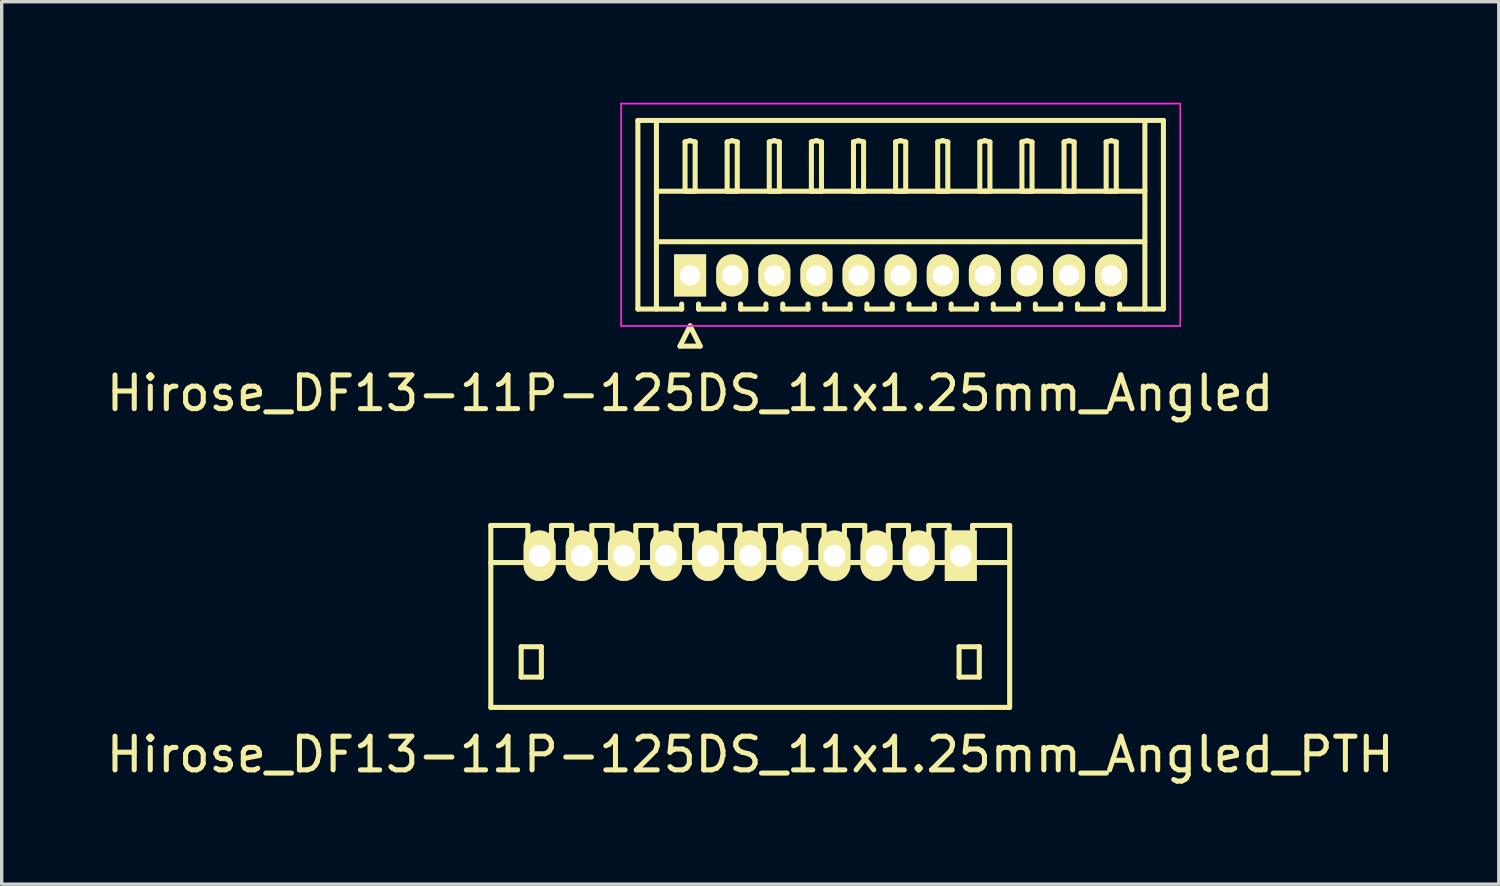
<source format=kicad_pcb>
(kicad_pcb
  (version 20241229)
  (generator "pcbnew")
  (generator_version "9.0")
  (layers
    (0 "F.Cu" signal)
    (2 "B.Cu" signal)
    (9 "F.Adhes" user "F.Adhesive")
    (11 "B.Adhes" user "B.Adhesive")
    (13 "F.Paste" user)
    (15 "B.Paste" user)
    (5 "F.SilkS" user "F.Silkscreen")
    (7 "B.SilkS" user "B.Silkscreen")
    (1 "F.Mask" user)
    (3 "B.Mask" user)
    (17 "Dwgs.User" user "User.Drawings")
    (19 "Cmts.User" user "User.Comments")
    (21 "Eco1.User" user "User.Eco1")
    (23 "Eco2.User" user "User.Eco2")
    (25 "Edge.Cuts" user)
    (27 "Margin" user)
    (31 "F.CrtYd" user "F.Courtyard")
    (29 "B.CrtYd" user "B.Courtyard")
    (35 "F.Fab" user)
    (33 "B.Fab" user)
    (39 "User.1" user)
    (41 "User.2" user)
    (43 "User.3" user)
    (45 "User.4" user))
  (footprint "Hirose_DF13-11P-125DS_11x1.25mm_Angled_PTH"
    (layer "F.Cu")
    (at 19.22 15.248)
    (property "Reference" "Hirose_DF13-11P-125DS_11x1.25mm_Angled_PTH" (at 0 4.1 0) (layer "F.SilkS") (effects (font (size 1 1) (thickness 0.15))))
    (attr through_hole)
    (fp_line (start -7.701 2.7) (end -7.701 -2.7) (stroke (width 0.15) (type solid)) (layer "F.SilkS"))
    (fp_line (start -7.699 -1.6) (end 7.699 -1.6) (stroke (width 0.15) (type solid)) (layer "F.SilkS"))
    (fp_line (start -6.8 0.899) (end -6.8 1.801) (stroke (width 0.15) (type solid)) (layer "F.SilkS"))
    (fp_line (start -6.8 1.801) (end -6.2 1.801) (stroke (width 0.15) (type solid)) (layer "F.SilkS"))
    (fp_line (start -6.601 -2.7) (end -7.701 -2.7) (stroke (width 0.15) (type solid)) (layer "F.SilkS"))
    (fp_line (start -6.601 -1.6) (end -6.601 -2.7) (stroke (width 0.15) (type solid)) (layer "F.SilkS"))
    (fp_line (start -6.2 0.899) (end -6.8 0.899) (stroke (width 0.15) (type solid)) (layer "F.SilkS"))
    (fp_line (start -6.2 1.801) (end -6.2 0.899) (stroke (width 0.15) (type solid)) (layer "F.SilkS"))
    (fp_line (start -5.9 -2.7) (end -5.9 -1.6) (stroke (width 0.15) (type solid)) (layer "F.SilkS"))
    (fp_line (start -5.301 -2.7) (end -5.9 -2.7) (stroke (width 0.15) (type solid)) (layer "F.SilkS"))
    (fp_line (start -5.301 -1.6) (end -5.301 -2.7) (stroke (width 0.15) (type solid)) (layer "F.SilkS"))
    (fp_line (start -4.702 -2.7) (end -4.702 -1.6) (stroke (width 0.15) (type solid)) (layer "F.SilkS"))
    (fp_line (start -4.1 -2.7) (end -4.702 -2.7) (stroke (width 0.15) (type solid)) (layer "F.SilkS"))
    (fp_line (start -4.1 -2.7) (end -4.1 -1.6) (stroke (width 0.15) (type solid)) (layer "F.SilkS"))
    (fp_line (start -3.396 -2.7) (end -3.396 -1.6) (stroke (width 0.15) (type solid)) (layer "F.SilkS"))
    (fp_line (start -2.797 -2.7) (end -3.396 -2.7) (stroke (width 0.15) (type solid)) (layer "F.SilkS"))
    (fp_line (start -2.797 -2.7) (end -2.797 -1.6) (stroke (width 0.15) (type solid)) (layer "F.SilkS"))
    (fp_line (start -2.2 -2.7) (end -2.2 -1.6) (stroke (width 0.15) (type solid)) (layer "F.SilkS"))
    (fp_line (start -1.6 -2.7) (end -2.2 -2.7) (stroke (width 0.15) (type solid)) (layer "F.SilkS"))
    (fp_line (start -1.6 -1.6) (end -1.6 -2.7) (stroke (width 0.15) (type solid)) (layer "F.SilkS"))
    (fp_line (start -0.907 -1.6) (end -0.907 -2.7) (stroke (width 0.15) (type solid)) (layer "F.SilkS"))
    (fp_line (start -0.307 -2.7) (end -0.907 -2.7) (stroke (width 0.15) (type solid)) (layer "F.SilkS"))
    (fp_line (start -0.307 -1.6) (end -0.307 -2.7) (stroke (width 0.15) (type solid)) (layer "F.SilkS"))
    (fp_line (start 0.3 -2.7) (end 0.899 -2.7) (stroke (width 0.15) (type solid)) (layer "F.SilkS"))
    (fp_line (start 0.3 -1.6) (end 0.3 -2.7) (stroke (width 0.15) (type solid)) (layer "F.SilkS"))
    (fp_line (start 0.899 -2.7) (end 0.899 -1.6) (stroke (width 0.15) (type solid)) (layer "F.SilkS"))
    (fp_line (start 1.593 -2.7) (end 2.192 -2.7) (stroke (width 0.15) (type solid)) (layer "F.SilkS"))
    (fp_line (start 1.593 -1.6) (end 1.593 -2.7) (stroke (width 0.15) (type solid)) (layer "F.SilkS"))
    (fp_line (start 2.192 -2.7) (end 2.192 -1.6) (stroke (width 0.15) (type solid)) (layer "F.SilkS"))
    (fp_line (start 2.797 -2.7) (end 3.399 -2.7) (stroke (width 0.15) (type solid)) (layer "F.SilkS"))
    (fp_line (start 2.797 -1.6) (end 2.797 -2.7) (stroke (width 0.15) (type solid)) (layer "F.SilkS"))
    (fp_line (start 3.399 -2.7) (end 3.399 -1.6) (stroke (width 0.15) (type solid)) (layer "F.SilkS"))
    (fp_line (start 4.1 -2.7) (end 4.699 -2.7) (stroke (width 0.15) (type solid)) (layer "F.SilkS"))
    (fp_line (start 4.1 -1.6) (end 4.1 -2.7) (stroke (width 0.15) (type solid)) (layer "F.SilkS"))
    (fp_line (start 4.699 -2.7) (end 4.699 -1.6) (stroke (width 0.15) (type solid)) (layer "F.SilkS"))
    (fp_line (start 5.301 -2.7) (end 5.903 -2.7) (stroke (width 0.15) (type solid)) (layer "F.SilkS"))
    (fp_line (start 5.301 -1.6) (end 5.301 -2.7) (stroke (width 0.15) (type solid)) (layer "F.SilkS"))
    (fp_line (start 5.903 -2.7) (end 5.903 -1.6) (stroke (width 0.15) (type solid)) (layer "F.SilkS"))
    (fp_line (start 6.2 0.899) (end 6.8 0.899) (stroke (width 0.15) (type solid)) (layer "F.SilkS"))
    (fp_line (start 6.2 1.801) (end 6.2 0.899) (stroke (width 0.15) (type solid)) (layer "F.SilkS"))
    (fp_line (start 6.601 -1.6) (end 6.601 -2.7) (stroke (width 0.15) (type solid)) (layer "F.SilkS"))
    (fp_line (start 6.8 0.899) (end 6.8 1.801) (stroke (width 0.15) (type solid)) (layer "F.SilkS"))
    (fp_line (start 6.8 1.801) (end 6.2 1.801) (stroke (width 0.15) (type solid)) (layer "F.SilkS"))
    (fp_line (start 7.699 2.7) (end -7.699 2.7) (stroke (width 0.15) (type solid)) (layer "F.SilkS"))
    (fp_line (start 7.701 -2.7) (end 6.601 -2.7) (stroke (width 0.15) (type solid)) (layer "F.SilkS"))
    (fp_line (start 7.701 2.7) (end 7.701 -2.7) (stroke (width 0.15) (type solid)) (layer "F.SilkS"))
    (pad "1" thru_hole rect (at 6.251 -1.801) (size 0.95 1.499) (drill 0.648) (layers "*.Cu" "*.Mask" "F.SilkS"))
    (pad "2" thru_hole oval (at 5.001 -1.801) (size 0.95 1.499) (drill 0.648) (layers "*.Cu" "*.Mask" "F.SilkS"))
    (pad "3" thru_hole oval (at 3.749 -1.801) (size 0.95 1.499) (drill 0.648) (layers "*.Cu" "*.Mask" "F.SilkS"))
    (pad "4" thru_hole oval (at 2.499 -1.801) (size 0.95 1.499) (drill 0.648) (layers "*.Cu" "*.Mask" "F.SilkS"))
    (pad "5" thru_hole oval (at 1.25 -1.801) (size 0.95 1.499) (drill 0.648) (layers "*.Cu" "*.Mask" "F.SilkS"))
    (pad "6" thru_hole oval (at 0 -1.801) (size 0.95 1.499) (drill 0.648) (layers "*.Cu" "*.Mask" "F.SilkS"))
    (pad "7" thru_hole oval (at -1.25 -1.801) (size 0.95 1.499) (drill 0.648) (layers "*.Cu" "*.Mask" "F.SilkS"))
    (pad "8" thru_hole oval (at -2.499 -1.801) (size 0.95 1.499) (drill 0.648) (layers "*.Cu" "*.Mask" "F.SilkS"))
    (pad "9" thru_hole oval (at -3.749 -1.801) (size 0.95 1.499) (drill 0.648) (layers "*.Cu" "*.Mask" "F.SilkS"))
    (pad "10" thru_hole oval (at -5.001 -1.801) (size 0.95 1.499) (drill 0.648) (layers "*.Cu" "*.Mask" "F.SilkS"))
    (pad "11" thru_hole oval (at -6.251 -1.801) (size 0.95 1.499) (drill 0.648) (layers "*.Cu" "*.Mask" "F.SilkS")))
  (footprint "Hirose_DF13-11P-125DS_11x1.25mm_Angled"
    (layer "F.Cu")
    (at 17.435 5.125)
    (property "Reference" "Hirose_DF13-11P-125DS_11x1.25mm_Angled" (at 0 3.5 0) (layer "F.SilkS") (effects (font (size 1 1) (thickness 0.15))))
    (attr through_hole)
    (fp_line (start -1.55 -4.6) (end 14.05 -4.6) (stroke (width 0.15) (type solid)) (layer "F.SilkS"))
    (fp_line (start -1.55 1) (end -1.55 -4.6) (stroke (width 0.15) (type solid)) (layer "F.SilkS"))
    (fp_line (start -1 -4.6) (end -1 1) (stroke (width 0.15) (type solid)) (layer "F.SilkS"))
    (fp_line (start -1 -2.5) (end 13.5 -2.5) (stroke (width 0.15) (type solid)) (layer "F.SilkS"))
    (fp_line (start -1 -1) (end 13.5 -1) (stroke (width 0.15) (type solid)) (layer "F.SilkS"))
    (fp_line (start -0.3 2.1) (end 0.3 2.1) (stroke (width 0.15) (type solid)) (layer "F.SilkS"))
    (fp_line (start -0.25 0.85) (end -0.25 1) (stroke (width 0.15) (type solid)) (layer "F.SilkS"))
    (fp_line (start -0.25 1) (end -1.55 1) (stroke (width 0.15) (type solid)) (layer "F.SilkS"))
    (fp_line (start -0.15 -3.962) (end 0 -4) (stroke (width 0.15) (type solid)) (layer "F.SilkS"))
    (fp_line (start -0.15 -2.5) (end -0.15 -3.962) (stroke (width 0.15) (type solid)) (layer "F.SilkS"))
    (fp_line (start 0 -4) (end 0.15 -3.962) (stroke (width 0.15) (type solid)) (layer "F.SilkS"))
    (fp_line (start 0 -2.5) (end -0.15 -2.5) (stroke (width 0.15) (type solid)) (layer "F.SilkS"))
    (fp_line (start 0 1.5) (end -0.3 2.1) (stroke (width 0.15) (type solid)) (layer "F.SilkS"))
    (fp_line (start 0.15 -3.962) (end 0.15 -2.5) (stroke (width 0.15) (type solid)) (layer "F.SilkS"))
    (fp_line (start 0.15 -2.5) (end 0 -2.5) (stroke (width 0.15) (type solid)) (layer "F.SilkS"))
    (fp_line (start 0.25 0.85) (end 0.25 1) (stroke (width 0.15) (type solid)) (layer "F.SilkS"))
    (fp_line (start 0.25 1) (end 1 1) (stroke (width 0.15) (type solid)) (layer "F.SilkS"))
    (fp_line (start 0.3 2.1) (end 0 1.5) (stroke (width 0.15) (type solid)) (layer "F.SilkS"))
    (fp_line (start 1 1) (end 1 0.85) (stroke (width 0.15) (type solid)) (layer "F.SilkS"))
    (fp_line (start 1.1 -3.962) (end 1.25 -4) (stroke (width 0.15) (type solid)) (layer "F.SilkS"))
    (fp_line (start 1.1 -2.5) (end 1.1 -3.962) (stroke (width 0.15) (type solid)) (layer "F.SilkS"))
    (fp_line (start 1.25 -4) (end 1.4 -3.962) (stroke (width 0.15) (type solid)) (layer "F.SilkS"))
    (fp_line (start 1.25 -2.5) (end 1.1 -2.5) (stroke (width 0.15) (type solid)) (layer "F.SilkS"))
    (fp_line (start 1.4 -3.962) (end 1.4 -2.5) (stroke (width 0.15) (type solid)) (layer "F.SilkS"))
    (fp_line (start 1.4 -2.5) (end 1.25 -2.5) (stroke (width 0.15) (type solid)) (layer "F.SilkS"))
    (fp_line (start 1.5 0.85) (end 1.5 1) (stroke (width 0.15) (type solid)) (layer "F.SilkS"))
    (fp_line (start 1.5 1) (end 2.25 1) (stroke (width 0.15) (type solid)) (layer "F.SilkS"))
    (fp_line (start 2.25 1) (end 2.25 0.85) (stroke (width 0.15) (type solid)) (layer "F.SilkS"))
    (fp_line (start 2.35 -3.962) (end 2.5 -4) (stroke (width 0.15) (type solid)) (layer "F.SilkS"))
    (fp_line (start 2.35 -2.5) (end 2.35 -3.962) (stroke (width 0.15) (type solid)) (layer "F.SilkS"))
    (fp_line (start 2.5 -4) (end 2.65 -3.962) (stroke (width 0.15) (type solid)) (layer "F.SilkS"))
    (fp_line (start 2.5 -2.5) (end 2.35 -2.5) (stroke (width 0.15) (type solid)) (layer "F.SilkS"))
    (fp_line (start 2.65 -3.962) (end 2.65 -2.5) (stroke (width 0.15) (type solid)) (layer "F.SilkS"))
    (fp_line (start 2.65 -2.5) (end 2.5 -2.5) (stroke (width 0.15) (type solid)) (layer "F.SilkS"))
    (fp_line (start 2.75 0.85) (end 2.75 1) (stroke (width 0.15) (type solid)) (layer "F.SilkS"))
    (fp_line (start 2.75 1) (end 3.5 1) (stroke (width 0.15) (type solid)) (layer "F.SilkS"))
    (fp_line (start 3.5 1) (end 3.5 0.85) (stroke (width 0.15) (type solid)) (layer "F.SilkS"))
    (fp_line (start 3.6 -3.962) (end 3.75 -4) (stroke (width 0.15) (type solid)) (layer "F.SilkS"))
    (fp_line (start 3.6 -2.5) (end 3.6 -3.962) (stroke (width 0.15) (type solid)) (layer "F.SilkS"))
    (fp_line (start 3.75 -4) (end 3.9 -3.962) (stroke (width 0.15) (type solid)) (layer "F.SilkS"))
    (fp_line (start 3.75 -2.5) (end 3.6 -2.5) (stroke (width 0.15) (type solid)) (layer "F.SilkS"))
    (fp_line (start 3.9 -3.962) (end 3.9 -2.5) (stroke (width 0.15) (type solid)) (layer "F.SilkS"))
    (fp_line (start 3.9 -2.5) (end 3.75 -2.5) (stroke (width 0.15) (type solid)) (layer "F.SilkS"))
    (fp_line (start 4 0.85) (end 4 1) (stroke (width 0.15) (type solid)) (layer "F.SilkS"))
    (fp_line (start 4 1) (end 4.75 1) (stroke (width 0.15) (type solid)) (layer "F.SilkS"))
    (fp_line (start 4.75 1) (end 4.75 0.85) (stroke (width 0.15) (type solid)) (layer "F.SilkS"))
    (fp_line (start 4.85 -3.962) (end 5 -4) (stroke (width 0.15) (type solid)) (layer "F.SilkS"))
    (fp_line (start 4.85 -2.5) (end 4.85 -3.962) (stroke (width 0.15) (type solid)) (layer "F.SilkS"))
    (fp_line (start 5 -4) (end 5.15 -3.962) (stroke (width 0.15) (type solid)) (layer "F.SilkS"))
    (fp_line (start 5 -2.5) (end 4.85 -2.5) (stroke (width 0.15) (type solid)) (layer "F.SilkS"))
    (fp_line (start 5.15 -3.962) (end 5.15 -2.5) (stroke (width 0.15) (type solid)) (layer "F.SilkS"))
    (fp_line (start 5.15 -2.5) (end 5 -2.5) (stroke (width 0.15) (type solid)) (layer "F.SilkS"))
    (fp_line (start 5.25 0.85) (end 5.25 1) (stroke (width 0.15) (type solid)) (layer "F.SilkS"))
    (fp_line (start 5.25 1) (end 6 1) (stroke (width 0.15) (type solid)) (layer "F.SilkS"))
    (fp_line (start 6 1) (end 6 0.85) (stroke (width 0.15) (type solid)) (layer "F.SilkS"))
    (fp_line (start 6.1 -3.962) (end 6.25 -4) (stroke (width 0.15) (type solid)) (layer "F.SilkS"))
    (fp_line (start 6.1 -2.5) (end 6.1 -3.962) (stroke (width 0.15) (type solid)) (layer "F.SilkS"))
    (fp_line (start 6.25 -4) (end 6.4 -3.962) (stroke (width 0.15) (type solid)) (layer "F.SilkS"))
    (fp_line (start 6.25 -2.5) (end 6.1 -2.5) (stroke (width 0.15) (type solid)) (layer "F.SilkS"))
    (fp_line (start 6.4 -3.962) (end 6.4 -2.5) (stroke (width 0.15) (type solid)) (layer "F.SilkS"))
    (fp_line (start 6.4 -2.5) (end 6.25 -2.5) (stroke (width 0.15) (type solid)) (layer "F.SilkS"))
    (fp_line (start 6.5 0.85) (end 6.5 1) (stroke (width 0.15) (type solid)) (layer "F.SilkS"))
    (fp_line (start 6.5 1) (end 7.25 1) (stroke (width 0.15) (type solid)) (layer "F.SilkS"))
    (fp_line (start 7.25 1) (end 7.25 0.85) (stroke (width 0.15) (type solid)) (layer "F.SilkS"))
    (fp_line (start 7.35 -3.962) (end 7.5 -4) (stroke (width 0.15) (type solid)) (layer "F.SilkS"))
    (fp_line (start 7.35 -2.5) (end 7.35 -3.962) (stroke (width 0.15) (type solid)) (layer "F.SilkS"))
    (fp_line (start 7.5 -4) (end 7.65 -3.962) (stroke (width 0.15) (type solid)) (layer "F.SilkS"))
    (fp_line (start 7.5 -2.5) (end 7.35 -2.5) (stroke (width 0.15) (type solid)) (layer "F.SilkS"))
    (fp_line (start 7.65 -3.962) (end 7.65 -2.5) (stroke (width 0.15) (type solid)) (layer "F.SilkS"))
    (fp_line (start 7.65 -2.5) (end 7.5 -2.5) (stroke (width 0.15) (type solid)) (layer "F.SilkS"))
    (fp_line (start 7.75 0.85) (end 7.75 1) (stroke (width 0.15) (type solid)) (layer "F.SilkS"))
    (fp_line (start 7.75 1) (end 8.5 1) (stroke (width 0.15) (type solid)) (layer "F.SilkS"))
    (fp_line (start 8.5 1) (end 8.5 0.85) (stroke (width 0.15) (type solid)) (layer "F.SilkS"))
    (fp_line (start 8.6 -3.962) (end 8.75 -4) (stroke (width 0.15) (type solid)) (layer "F.SilkS"))
    (fp_line (start 8.6 -2.5) (end 8.6 -3.962) (stroke (width 0.15) (type solid)) (layer "F.SilkS"))
    (fp_line (start 8.75 -4) (end 8.9 -3.962) (stroke (width 0.15) (type solid)) (layer "F.SilkS"))
    (fp_line (start 8.75 -2.5) (end 8.6 -2.5) (stroke (width 0.15) (type solid)) (layer "F.SilkS"))
    (fp_line (start 8.9 -3.962) (end 8.9 -2.5) (stroke (width 0.15) (type solid)) (layer "F.SilkS"))
    (fp_line (start 8.9 -2.5) (end 8.75 -2.5) (stroke (width 0.15) (type solid)) (layer "F.SilkS"))
    (fp_line (start 9 0.85) (end 9 1) (stroke (width 0.15) (type solid)) (layer "F.SilkS"))
    (fp_line (start 9 1) (end 9.75 1) (stroke (width 0.15) (type solid)) (layer "F.SilkS"))
    (fp_line (start 9.75 1) (end 9.75 0.85) (stroke (width 0.15) (type solid)) (layer "F.SilkS"))
    (fp_line (start 9.85 -3.962) (end 10 -4) (stroke (width 0.15) (type solid)) (layer "F.SilkS"))
    (fp_line (start 9.85 -2.5) (end 9.85 -3.962) (stroke (width 0.15) (type solid)) (layer "F.SilkS"))
    (fp_line (start 10 -4) (end 10.15 -3.962) (stroke (width 0.15) (type solid)) (layer "F.SilkS"))
    (fp_line (start 10 -2.5) (end 9.85 -2.5) (stroke (width 0.15) (type solid)) (layer "F.SilkS"))
    (fp_line (start 10.15 -3.962) (end 10.15 -2.5) (stroke (width 0.15) (type solid)) (layer "F.SilkS"))
    (fp_line (start 10.15 -2.5) (end 10 -2.5) (stroke (width 0.15) (type solid)) (layer "F.SilkS"))
    (fp_line (start 10.25 0.85) (end 10.25 1) (stroke (width 0.15) (type solid)) (layer "F.SilkS"))
    (fp_line (start 10.25 1) (end 11 1) (stroke (width 0.15) (type solid)) (layer "F.SilkS"))
    (fp_line (start 11 1) (end 11 0.85) (stroke (width 0.15) (type solid)) (layer "F.SilkS"))
    (fp_line (start 11.1 -3.962) (end 11.25 -4) (stroke (width 0.15) (type solid)) (layer "F.SilkS"))
    (fp_line (start 11.1 -2.5) (end 11.1 -3.962) (stroke (width 0.15) (type solid)) (layer "F.SilkS"))
    (fp_line (start 11.25 -4) (end 11.4 -3.962) (stroke (width 0.15) (type solid)) (layer "F.SilkS"))
    (fp_line (start 11.25 -2.5) (end 11.1 -2.5) (stroke (width 0.15) (type solid)) (layer "F.SilkS"))
    (fp_line (start 11.4 -3.962) (end 11.4 -2.5) (stroke (width 0.15) (type solid)) (layer "F.SilkS"))
    (fp_line (start 11.4 -2.5) (end 11.25 -2.5) (stroke (width 0.15) (type solid)) (layer "F.SilkS"))
    (fp_line (start 11.5 0.85) (end 11.5 1) (stroke (width 0.15) (type solid)) (layer "F.SilkS"))
    (fp_line (start 11.5 1) (end 12.25 1) (stroke (width 0.15) (type solid)) (layer "F.SilkS"))
    (fp_line (start 12.25 1) (end 12.25 0.85) (stroke (width 0.15) (type solid)) (layer "F.SilkS"))
    (fp_line (start 12.35 -3.962) (end 12.5 -4) (stroke (width 0.15) (type solid)) (layer "F.SilkS"))
    (fp_line (start 12.35 -2.5) (end 12.35 -3.962) (stroke (width 0.15) (type solid)) (layer "F.SilkS"))
    (fp_line (start 12.5 -4) (end 12.65 -3.962) (stroke (width 0.15) (type solid)) (layer "F.SilkS"))
    (fp_line (start 12.5 -2.5) (end 12.35 -2.5) (stroke (width 0.15) (type solid)) (layer "F.SilkS"))
    (fp_line (start 12.65 -3.962) (end 12.65 -2.5) (stroke (width 0.15) (type solid)) (layer "F.SilkS"))
    (fp_line (start 12.65 -2.5) (end 12.5 -2.5) (stroke (width 0.15) (type solid)) (layer "F.SilkS"))
    (fp_line (start 12.75 1) (end 12.75 0.85) (stroke (width 0.15) (type solid)) (layer "F.SilkS"))
    (fp_line (start 13.5 -4.6) (end 13.5 1) (stroke (width 0.15) (type solid)) (layer "F.SilkS"))
    (fp_line (start 14.05 -4.6) (end 14.05 1) (stroke (width 0.15) (type solid)) (layer "F.SilkS"))
    (fp_line (start 14.05 1) (end 12.75 1) (stroke (width 0.15) (type solid)) (layer "F.SilkS"))
    (fp_line (start -2.05 -5.1) (end -2.05 1.5) (stroke (width 0.05) (type solid)) (layer "F.CrtYd"))
    (fp_line (start -2.05 1.5) (end 14.55 1.5) (stroke (width 0.05) (type solid)) (layer "F.CrtYd"))
    (fp_line (start 14.55 -5.1) (end -2.05 -5.1) (stroke (width 0.05) (type solid)) (layer "F.CrtYd"))
    (fp_line (start 14.55 1.5) (end 14.55 -5.1) (stroke (width 0.05) (type solid)) (layer "F.CrtYd"))
    (pad "1" thru_hole rect (at 0 0) (size 0.95 1.25) (drill 0.6) (layers "*.Cu" "*.Mask" "F.SilkS"))
    (pad "2" thru_hole oval (at 1.25 0) (size 0.95 1.25) (drill 0.6) (layers "*.Cu" "*.Mask" "F.SilkS"))
    (pad "3" thru_hole oval (at 2.5 0) (size 0.95 1.25) (drill 0.6) (layers "*.Cu" "*.Mask" "F.SilkS"))
    (pad "4" thru_hole oval (at 3.75 0) (size 0.95 1.25) (drill 0.6) (layers "*.Cu" "*.Mask" "F.SilkS"))
    (pad "5" thru_hole oval (at 5 0) (size 0.95 1.25) (drill 0.6) (layers "*.Cu" "*.Mask" "F.SilkS"))
    (pad "6" thru_hole oval (at 6.25 0) (size 0.95 1.25) (drill 0.6) (layers "*.Cu" "*.Mask" "F.SilkS"))
    (pad "7" thru_hole oval (at 7.5 0) (size 0.95 1.25) (drill 0.6) (layers "*.Cu" "*.Mask" "F.SilkS"))
    (pad "8" thru_hole oval (at 8.75 0) (size 0.95 1.25) (drill 0.6) (layers "*.Cu" "*.Mask" "F.SilkS"))
    (pad "9" thru_hole oval (at 10 0) (size 0.95 1.25) (drill 0.6) (layers "*.Cu" "*.Mask" "F.SilkS"))
    (pad "10" thru_hole oval (at 11.25 0) (size 0.95 1.25) (drill 0.6) (layers "*.Cu" "*.Mask" "F.SilkS"))
    (pad "11" thru_hole oval (at 12.5 0) (size 0.95 1.25) (drill 0.6) (layers "*.Cu" "*.Mask" "F.SilkS")))
  (gr_rect
    (start -3 -3)
    (end 41.44 23.196)
    (stroke (width 0.1) (type default))
    (fill no)
    (layer "Edge.Cuts")))
</source>
